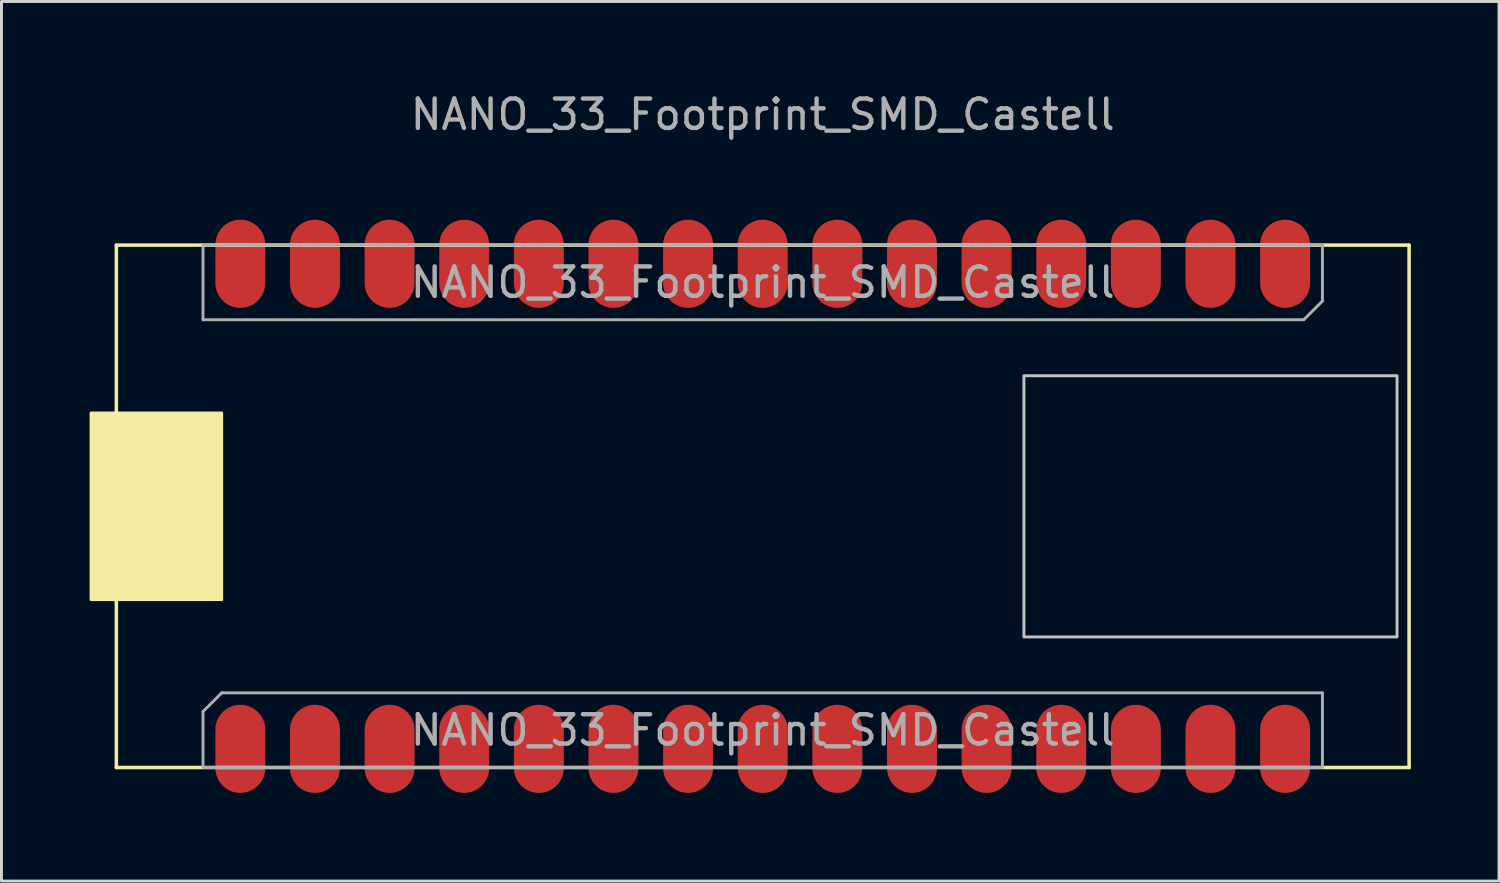
<source format=kicad_pcb>
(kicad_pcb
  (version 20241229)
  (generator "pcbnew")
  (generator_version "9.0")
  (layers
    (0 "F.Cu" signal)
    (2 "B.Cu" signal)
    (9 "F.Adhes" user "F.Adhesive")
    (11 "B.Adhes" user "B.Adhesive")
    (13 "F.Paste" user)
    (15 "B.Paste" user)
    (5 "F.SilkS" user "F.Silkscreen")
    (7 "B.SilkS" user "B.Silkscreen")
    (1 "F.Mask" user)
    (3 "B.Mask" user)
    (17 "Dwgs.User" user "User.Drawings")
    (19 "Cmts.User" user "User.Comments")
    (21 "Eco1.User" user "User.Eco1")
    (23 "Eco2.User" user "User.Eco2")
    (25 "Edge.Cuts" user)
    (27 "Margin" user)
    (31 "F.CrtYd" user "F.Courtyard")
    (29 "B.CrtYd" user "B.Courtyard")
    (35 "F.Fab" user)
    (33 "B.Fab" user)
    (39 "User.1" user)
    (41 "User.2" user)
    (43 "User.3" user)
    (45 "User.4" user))
  (footprint "NANO_33_Footprint_SMD_Castell"
    (layer "F.Cu")
    (at 22.91 14.183)
    (property "Reference" "NANO_33_Footprint_SMD_Castell" (at 0 -13.335 0) (layer "F.Fab") (effects (font (size 1 1) (thickness 0.15))))
    (attr through_hole)
    (fp_line (start -22 -8.89) (end 22 -8.89) (stroke (width 0.12) (type solid)) (layer "F.SilkS"))
    (fp_line (start -22 8.89) (end -22 -8.89) (stroke (width 0.12) (type solid)) (layer "F.SilkS"))
    (fp_line (start -22 8.89) (end 22 8.89) (stroke (width 0.12) (type solid)) (layer "F.SilkS"))
    (fp_line (start 22 8.89) (end 22 -8.89) (stroke (width 0.12) (type solid)) (layer "F.SilkS"))
    (fp_poly (pts (xy -22.86 3.175) (xy -18.415 3.175) (xy -18.415 -3.175) (xy -22.86 -3.175)) (stroke (width 0.1) (type solid)) (fill yes) (layer "F.SilkS"))
    (fp_poly (pts (xy 8.89 4.445) (xy 21.59 4.445) (xy 21.59 -4.445) (xy 8.89 -4.445)) (stroke (width 0.1) (type solid)) (fill no) (layer "Dwgs.User"))
    (fp_line (start -19.05 -8.89) (end 19.05 -8.89) (stroke (width 0.1) (type solid)) (layer "F.Fab"))
    (fp_line (start -19.05 -6.35) (end -19.05 -8.89) (stroke (width 0.1) (type solid)) (layer "F.Fab"))
    (fp_line (start -19.05 6.985) (end -18.415 6.35) (stroke (width 0.1) (type solid)) (layer "F.Fab"))
    (fp_line (start -19.05 8.89) (end -19.05 6.985) (stroke (width 0.1) (type solid)) (layer "F.Fab"))
    (fp_line (start -18.415 6.35) (end 19.05 6.35) (stroke (width 0.1) (type solid)) (layer "F.Fab"))
    (fp_line (start 18.415 -6.35) (end -19.05 -6.35) (stroke (width 0.1) (type solid)) (layer "F.Fab"))
    (fp_line (start 19.05 -8.89) (end 19.05 -6.985) (stroke (width 0.1) (type solid)) (layer "F.Fab"))
    (fp_line (start 19.05 -6.985) (end 18.415 -6.35) (stroke (width 0.1) (type solid)) (layer "F.Fab"))
    (fp_line (start 19.05 6.35) (end 19.05 8.89) (stroke (width 0.1) (type solid)) (layer "F.Fab"))
    (fp_line (start 19.05 8.89) (end -19.05 8.89) (stroke (width 0.1) (type solid)) (layer "F.Fab"))
    (fp_text user "${REFERENCE}" (at 0 7.62 180) (layer "F.Fab") (effects (font (size 1 1) (thickness 0.15))))
    (fp_text user "${REFERENCE}" (at 0 -7.62 0) (layer "F.Fab") (effects (font (size 1 1) (thickness 0.15))))
    (pad "1" smd oval (at -17.78 8.255 90) (size 3 1.7) (layers "F.Cu" "F.Mask"))
    (pad "2" smd oval (at -15.24 8.255 90) (size 3 1.7) (layers "F.Cu" "F.Mask"))
    (pad "3" smd oval (at -12.7 8.255 90) (size 3 1.7) (layers "F.Cu" "F.Mask"))
    (pad "4" smd oval (at -10.16 8.255 90) (size 3 1.7) (layers "F.Cu" "F.Mask"))
    (pad "5" smd oval (at -7.62 8.255 90) (size 3 1.7) (layers "F.Cu" "F.Mask"))
    (pad "6" smd oval (at -5.08 8.255 90) (size 3 1.7) (layers "F.Cu" "F.Mask"))
    (pad "7" smd oval (at -2.54 8.255 90) (size 3 1.7) (layers "F.Cu" "F.Mask"))
    (pad "8" smd oval (at 0 8.255 90) (size 3 1.7) (layers "F.Cu" "F.Mask"))
    (pad "9" smd oval (at 2.54 8.255 90) (size 3 1.7) (layers "F.Cu" "F.Mask"))
    (pad "10" smd oval (at 5.08 8.255 90) (size 3 1.7) (layers "F.Cu" "F.Mask"))
    (pad "11" smd oval (at 7.62 8.255 90) (size 3 1.7) (layers "F.Cu" "F.Mask"))
    (pad "12" smd oval (at 10.16 8.255 90) (size 3 1.7) (layers "F.Cu" "F.Mask"))
    (pad "13" smd oval (at 12.7 8.255 90) (size 3 1.7) (layers "F.Cu" "F.Mask"))
    (pad "14" smd oval (at 15.24 8.255 90) (size 3 1.7) (layers "F.Cu" "F.Mask"))
    (pad "15" smd oval (at 17.78 8.255 90) (size 3 1.7) (layers "F.Cu" "F.Mask"))
    (pad "16" smd oval (at 17.78 -8.255 270) (size 3 1.7) (layers "F.Cu" "F.Mask"))
    (pad "17" smd oval (at 15.24 -8.255 270) (size 3 1.7) (layers "F.Cu" "F.Mask"))
    (pad "18" smd oval (at 12.7 -8.255 270) (size 3 1.7) (layers "F.Cu" "F.Mask"))
    (pad "19" smd oval (at 10.16 -8.255 270) (size 3 1.7) (layers "F.Cu" "F.Mask"))
    (pad "20" smd oval (at 7.62 -8.255 270) (size 3 1.7) (layers "F.Cu" "F.Mask"))
    (pad "21" smd oval (at 5.08 -8.255 270) (size 3 1.7) (layers "F.Cu" "F.Mask"))
    (pad "22" smd oval (at 2.54 -8.255 270) (size 3 1.7) (layers "F.Cu" "F.Mask"))
    (pad "23" smd oval (at 0 -8.255 270) (size 3 1.7) (layers "F.Cu" "F.Mask"))
    (pad "24" smd oval (at -2.54 -8.255 270) (size 3 1.7) (layers "F.Cu" "F.Mask"))
    (pad "25" smd oval (at -5.08 -8.255 270) (size 3 1.7) (layers "F.Cu" "F.Mask"))
    (pad "26" smd oval (at -7.62 -8.255 270) (size 3 1.7) (layers "F.Cu" "F.Mask"))
    (pad "27" smd oval (at -10.16 -8.255 270) (size 3 1.7) (layers "F.Cu" "F.Mask"))
    (pad "28" smd oval (at -12.7 -8.255 270) (size 3 1.7) (layers "F.Cu" "F.Mask"))
    (pad "29" smd oval (at -15.24 -8.255 270) (size 3 1.7) (layers "F.Cu" "F.Mask"))
    (pad "30" smd oval (at -17.78 -8.255 270) (size 3 1.7) (layers "F.Cu" "F.Mask")))
  (gr_rect
    (start -3 -3)
    (end 47.97 26.938)
    (stroke (width 0.1) (type default))
    (fill no)
    (layer "Edge.Cuts")))
</source>
